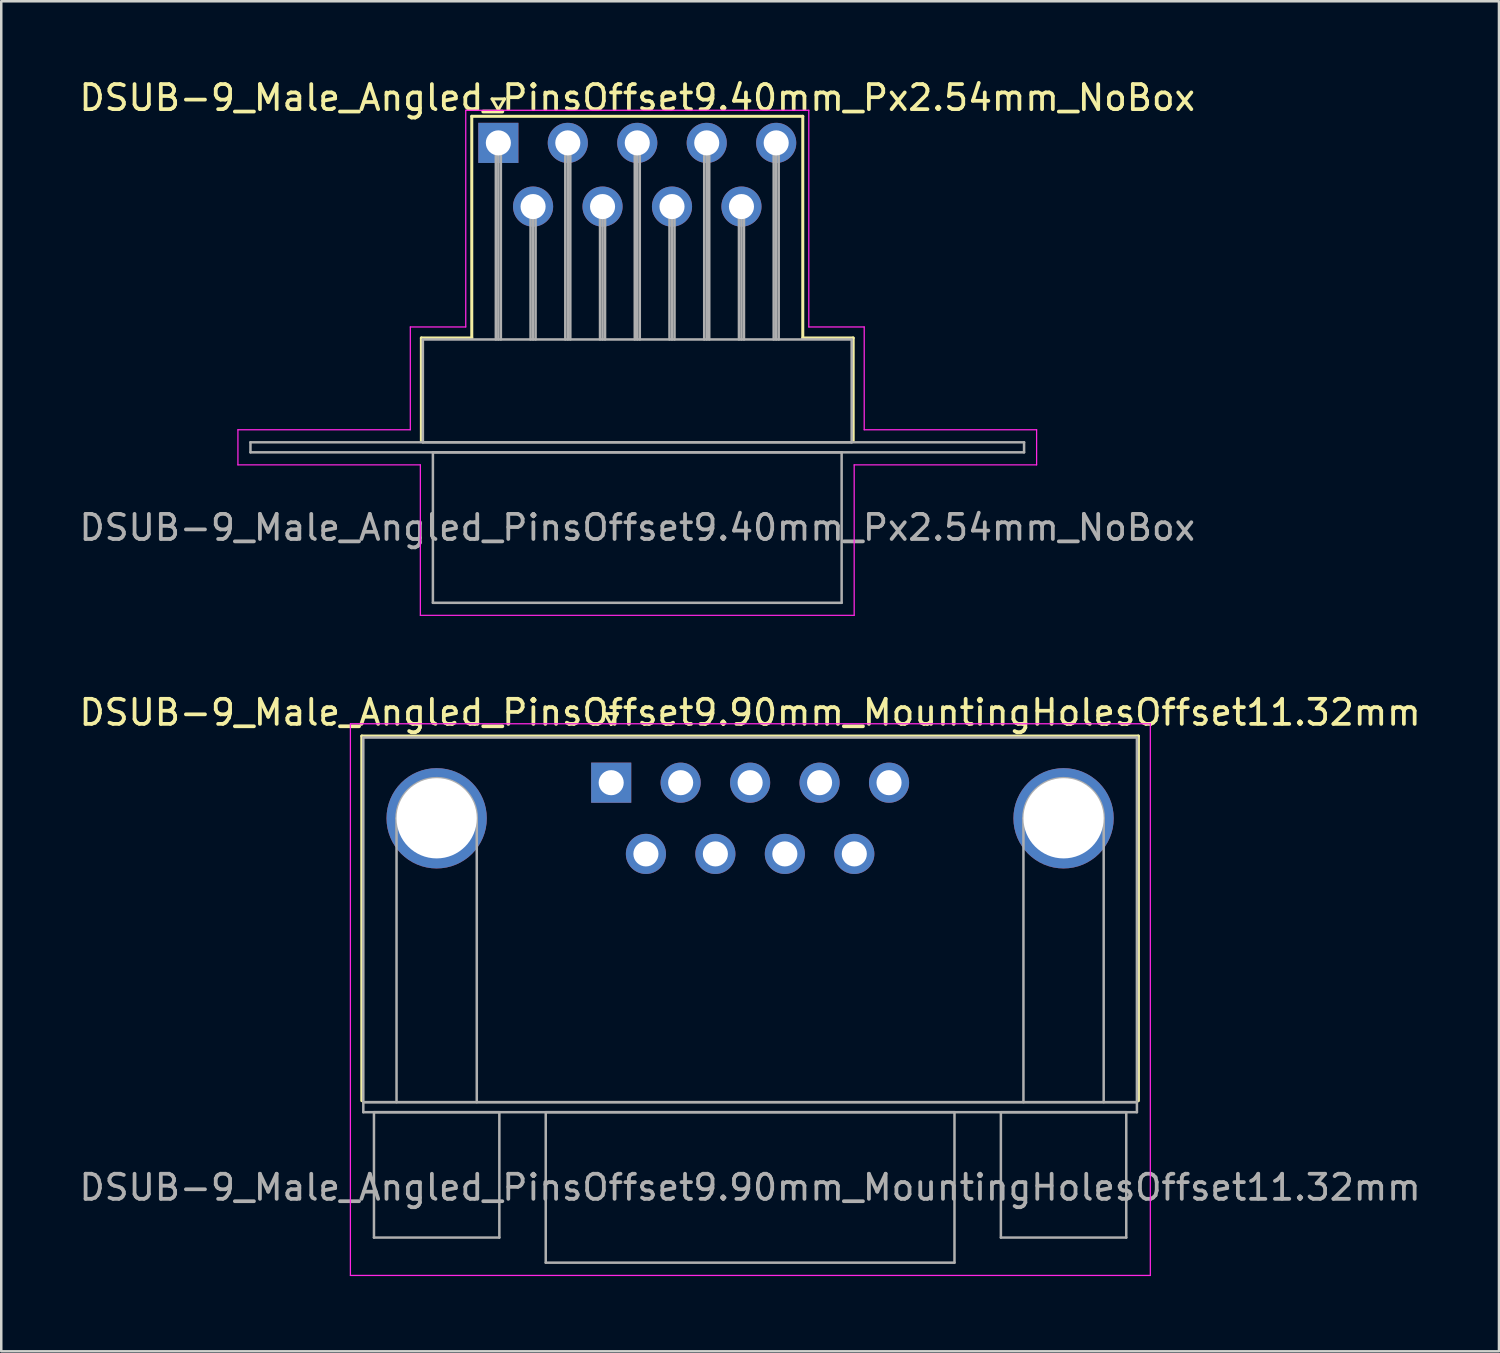
<source format=kicad_pcb>
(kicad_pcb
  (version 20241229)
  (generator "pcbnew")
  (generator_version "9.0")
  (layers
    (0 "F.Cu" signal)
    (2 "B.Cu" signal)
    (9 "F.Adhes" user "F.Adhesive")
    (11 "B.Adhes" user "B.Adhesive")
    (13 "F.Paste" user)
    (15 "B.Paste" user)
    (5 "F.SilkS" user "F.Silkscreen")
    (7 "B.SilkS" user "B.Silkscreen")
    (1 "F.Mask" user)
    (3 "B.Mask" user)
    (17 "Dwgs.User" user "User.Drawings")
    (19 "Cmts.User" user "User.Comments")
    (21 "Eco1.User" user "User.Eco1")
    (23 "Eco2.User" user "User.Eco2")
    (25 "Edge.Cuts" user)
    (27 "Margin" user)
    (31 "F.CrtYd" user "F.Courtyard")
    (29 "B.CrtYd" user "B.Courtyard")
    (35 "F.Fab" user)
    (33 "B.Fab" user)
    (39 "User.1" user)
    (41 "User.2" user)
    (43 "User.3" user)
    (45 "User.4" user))
  (footprint "DSUB-9_Male_Angled_PinsOffset9.90mm_MountingHolesOffset11.32mm"
    (layer "F.Cu")
    (at 21.323 28.162)
    (property "Reference" "DSUB-9_Male_Angled_PinsOffset9.90mm_MountingHolesOffset11.32mm" (at 5.54 -2.8 0) (layer "F.SilkS") (effects (font (size 1 1) (thickness 0.15))))
    (attr through_hole)
    (fp_line (start -9.945 -1.86) (end 21.025 -1.86) (stroke (width 0.12) (type solid)) (layer "F.SilkS"))
    (fp_line (start -9.945 12.68) (end -9.945 -1.86) (stroke (width 0.12) (type solid)) (layer "F.SilkS"))
    (fp_line (start -0.25 -2.754) (end 0.25 -2.754) (stroke (width 0.12) (type solid)) (layer "F.SilkS"))
    (fp_line (start 0 -2.321) (end -0.25 -2.754) (stroke (width 0.12) (type solid)) (layer "F.SilkS"))
    (fp_line (start 0.25 -2.754) (end 0 -2.321) (stroke (width 0.12) (type solid)) (layer "F.SilkS"))
    (fp_line (start 21.025 -1.86) (end 21.025 12.68) (stroke (width 0.12) (type solid)) (layer "F.SilkS"))
    (fp_line (start -10.4 -2.35) (end -10.4 19.65) (stroke (width 0.05) (type solid)) (layer "F.CrtYd"))
    (fp_line (start -10.4 19.65) (end 21.5 19.65) (stroke (width 0.05) (type solid)) (layer "F.CrtYd"))
    (fp_line (start 21.5 -2.35) (end -10.4 -2.35) (stroke (width 0.05) (type solid)) (layer "F.CrtYd"))
    (fp_line (start 21.5 19.65) (end 21.5 -2.35) (stroke (width 0.05) (type solid)) (layer "F.CrtYd"))
    (fp_line (start -9.885 -1.8) (end -9.885 12.74) (stroke (width 0.1) (type solid)) (layer "F.Fab"))
    (fp_line (start -9.885 12.74) (end -9.885 13.14) (stroke (width 0.1) (type solid)) (layer "F.Fab"))
    (fp_line (start -9.885 12.74) (end 20.965 12.74) (stroke (width 0.1) (type solid)) (layer "F.Fab"))
    (fp_line (start -9.885 13.14) (end 20.965 13.14) (stroke (width 0.1) (type solid)) (layer "F.Fab"))
    (fp_line (start -9.46 13.14) (end -9.46 18.14) (stroke (width 0.1) (type solid)) (layer "F.Fab"))
    (fp_line (start -9.46 18.14) (end -4.46 18.14) (stroke (width 0.1) (type solid)) (layer "F.Fab"))
    (fp_line (start -8.56 12.74) (end -8.56 1.42) (stroke (width 0.1) (type solid)) (layer "F.Fab"))
    (fp_line (start -5.36 12.74) (end -5.36 1.42) (stroke (width 0.1) (type solid)) (layer "F.Fab"))
    (fp_line (start -4.46 13.14) (end -9.46 13.14) (stroke (width 0.1) (type solid)) (layer "F.Fab"))
    (fp_line (start -4.46 18.14) (end -4.46 13.14) (stroke (width 0.1) (type solid)) (layer "F.Fab"))
    (fp_line (start -2.61 13.14) (end -2.61 19.14) (stroke (width 0.1) (type solid)) (layer "F.Fab"))
    (fp_line (start -2.61 19.14) (end 13.69 19.14) (stroke (width 0.1) (type solid)) (layer "F.Fab"))
    (fp_line (start 13.69 13.14) (end -2.61 13.14) (stroke (width 0.1) (type solid)) (layer "F.Fab"))
    (fp_line (start 13.69 19.14) (end 13.69 13.14) (stroke (width 0.1) (type solid)) (layer "F.Fab"))
    (fp_line (start 15.54 13.14) (end 15.54 18.14) (stroke (width 0.1) (type solid)) (layer "F.Fab"))
    (fp_line (start 15.54 18.14) (end 20.54 18.14) (stroke (width 0.1) (type solid)) (layer "F.Fab"))
    (fp_line (start 16.44 12.74) (end 16.44 1.42) (stroke (width 0.1) (type solid)) (layer "F.Fab"))
    (fp_line (start 19.64 12.74) (end 19.64 1.42) (stroke (width 0.1) (type solid)) (layer "F.Fab"))
    (fp_line (start 20.54 13.14) (end 15.54 13.14) (stroke (width 0.1) (type solid)) (layer "F.Fab"))
    (fp_line (start 20.54 18.14) (end 20.54 13.14) (stroke (width 0.1) (type solid)) (layer "F.Fab"))
    (fp_line (start 20.965 -1.8) (end -9.885 -1.8) (stroke (width 0.1) (type solid)) (layer "F.Fab"))
    (fp_line (start 20.965 12.74) (end -9.885 12.74) (stroke (width 0.1) (type solid)) (layer "F.Fab"))
    (fp_line (start 20.965 12.74) (end 20.965 -1.8) (stroke (width 0.1) (type solid)) (layer "F.Fab"))
    (fp_line (start 20.965 13.14) (end 20.965 12.74) (stroke (width 0.1) (type solid)) (layer "F.Fab"))
    (fp_arc (start -8.56 1.42) (mid -6.96 -0.18) (end -5.36 1.42) (stroke (width 0.1) (type solid)) (layer "F.Fab"))
    (fp_arc (start 16.44 1.42) (mid 18.04 -0.18) (end 19.64 1.42) (stroke (width 0.1) (type solid)) (layer "F.Fab"))
    (fp_text user "${REFERENCE}" (at 5.54 16.14 0) (layer "F.Fab") (effects (font (size 1 1) (thickness 0.15))))
    (pad "0" thru_hole circle (at -6.96 1.42) (size 4 4) (drill 3.2) (layers "*.Cu" "*.Mask"))
    (pad "0" thru_hole circle (at 18.04 1.42) (size 4 4) (drill 3.2) (layers "*.Cu" "*.Mask"))
    (pad "1" thru_hole rect (at 0 0) (size 1.6 1.6) (drill 1) (layers "*.Cu" "*.Mask"))
    (pad "2" thru_hole circle (at 2.77 0) (size 1.6 1.6) (drill 1) (layers "*.Cu" "*.Mask"))
    (pad "3" thru_hole circle (at 5.54 0) (size 1.6 1.6) (drill 1) (layers "*.Cu" "*.Mask"))
    (pad "4" thru_hole circle (at 8.31 0) (size 1.6 1.6) (drill 1) (layers "*.Cu" "*.Mask"))
    (pad "5" thru_hole circle (at 11.08 0) (size 1.6 1.6) (drill 1) (layers "*.Cu" "*.Mask"))
    (pad "6" thru_hole circle (at 1.385 2.84) (size 1.6 1.6) (drill 1) (layers "*.Cu" "*.Mask"))
    (pad "7" thru_hole circle (at 4.155 2.84) (size 1.6 1.6) (drill 1) (layers "*.Cu" "*.Mask"))
    (pad "8" thru_hole circle (at 6.925 2.84) (size 1.6 1.6) (drill 1) (layers "*.Cu" "*.Mask"))
    (pad "9" thru_hole circle (at 9.695 2.84) (size 1.6 1.6) (drill 1) (layers "*.Cu" "*.Mask")))
  (footprint "DSUB-9_Male_Angled_PinsOffset9.40mm_Px2.54mm_NoBox"
    (layer "F.Cu")
    (at 16.823 2.648)
    (property "Reference" "DSUB-9_Male_Angled_PinsOffset9.40mm_Px2.54mm_NoBox" (at 5.54 -1.8 0) (layer "F.SilkS") (effects (font (size 1 1) (thickness 0.15))))
    (attr through_hole)
    (fp_line (start -3.07 7.78) (end -1.06 7.78) (stroke (width 0.12) (type solid)) (layer "F.SilkS"))
    (fp_line (start -3.07 11.88) (end -3.07 7.78) (stroke (width 0.12) (type solid)) (layer "F.SilkS"))
    (fp_line (start -1.06 -1.06) (end 12.14 -1.06) (stroke (width 0.12) (type solid)) (layer "F.SilkS"))
    (fp_line (start -1.06 7.78) (end -1.06 -1.06) (stroke (width 0.12) (type solid)) (layer "F.SilkS"))
    (fp_line (start -0.25 -1.754) (end 0.25 -1.754) (stroke (width 0.12) (type solid)) (layer "F.SilkS"))
    (fp_line (start 0 -1.321) (end -0.25 -1.754) (stroke (width 0.12) (type solid)) (layer "F.SilkS"))
    (fp_line (start 0.25 -1.754) (end 0 -1.321) (stroke (width 0.12) (type solid)) (layer "F.SilkS"))
    (fp_line (start 12.14 -1.06) (end 12.14 7.78) (stroke (width 0.12) (type solid)) (layer "F.SilkS"))
    (fp_line (start 12.14 7.78) (end 14.15 7.78) (stroke (width 0.12) (type solid)) (layer "F.SilkS"))
    (fp_line (start 14.15 7.78) (end 14.15 11.88) (stroke (width 0.12) (type solid)) (layer "F.SilkS"))
    (fp_line (start -10.385 11.44) (end -3.51 11.44) (stroke (width 0.05) (type solid)) (layer "F.CrtYd"))
    (fp_line (start -10.385 12.84) (end -10.385 11.44) (stroke (width 0.05) (type solid)) (layer "F.CrtYd"))
    (fp_line (start -3.51 7.34) (end -1.3 7.34) (stroke (width 0.05) (type solid)) (layer "F.CrtYd"))
    (fp_line (start -3.51 11.44) (end -3.51 7.34) (stroke (width 0.05) (type solid)) (layer "F.CrtYd"))
    (fp_line (start -3.11 12.84) (end -10.385 12.84) (stroke (width 0.05) (type solid)) (layer "F.CrtYd"))
    (fp_line (start -3.11 18.84) (end -3.11 12.84) (stroke (width 0.05) (type solid)) (layer "F.CrtYd"))
    (fp_line (start -1.3 -1.3) (end 12.38 -1.3) (stroke (width 0.05) (type solid)) (layer "F.CrtYd"))
    (fp_line (start -1.3 7.34) (end -1.3 -1.3) (stroke (width 0.05) (type solid)) (layer "F.CrtYd"))
    (fp_line (start 12.38 -1.3) (end 12.38 7.34) (stroke (width 0.05) (type solid)) (layer "F.CrtYd"))
    (fp_line (start 12.38 7.34) (end 14.59 7.34) (stroke (width 0.05) (type solid)) (layer "F.CrtYd"))
    (fp_line (start 14.19 12.84) (end 14.19 18.84) (stroke (width 0.05) (type solid)) (layer "F.CrtYd"))
    (fp_line (start 14.19 18.84) (end -3.11 18.84) (stroke (width 0.05) (type solid)) (layer "F.CrtYd"))
    (fp_line (start 14.59 7.34) (end 14.59 11.44) (stroke (width 0.05) (type solid)) (layer "F.CrtYd"))
    (fp_line (start 14.59 11.44) (end 21.465 11.44) (stroke (width 0.05) (type solid)) (layer "F.CrtYd"))
    (fp_line (start 21.465 11.44) (end 21.465 12.84) (stroke (width 0.05) (type solid)) (layer "F.CrtYd"))
    (fp_line (start 21.465 12.84) (end 14.19 12.84) (stroke (width 0.05) (type solid)) (layer "F.CrtYd"))
    (fp_line (start -9.885 11.94) (end -9.885 12.34) (stroke (width 0.1) (type solid)) (layer "F.Fab"))
    (fp_line (start -9.885 12.34) (end 20.965 12.34) (stroke (width 0.1) (type solid)) (layer "F.Fab"))
    (fp_line (start -3.01 7.84) (end -3.01 11.94) (stroke (width 0.1) (type solid)) (layer "F.Fab"))
    (fp_line (start -3.01 11.94) (end 14.09 11.94) (stroke (width 0.1) (type solid)) (layer "F.Fab"))
    (fp_line (start -2.61 12.34) (end -2.61 18.34) (stroke (width 0.1) (type solid)) (layer "F.Fab"))
    (fp_line (start -2.61 18.34) (end 13.69 18.34) (stroke (width 0.1) (type solid)) (layer "F.Fab"))
    (fp_line (start -0.1 0) (end -0.1 7.84) (stroke (width 0.1) (type solid)) (layer "F.Fab"))
    (fp_line (start 0 0) (end 0 7.84) (stroke (width 0.1) (type solid)) (layer "F.Fab"))
    (fp_line (start 0.1 0) (end 0.1 7.84) (stroke (width 0.1) (type solid)) (layer "F.Fab"))
    (fp_line (start 1.285 2.54) (end 1.285 7.84) (stroke (width 0.1) (type solid)) (layer "F.Fab"))
    (fp_line (start 1.385 2.54) (end 1.385 7.84) (stroke (width 0.1) (type solid)) (layer "F.Fab"))
    (fp_line (start 1.485 2.54) (end 1.485 7.84) (stroke (width 0.1) (type solid)) (layer "F.Fab"))
    (fp_line (start 2.67 0) (end 2.67 7.84) (stroke (width 0.1) (type solid)) (layer "F.Fab"))
    (fp_line (start 2.77 0) (end 2.77 7.84) (stroke (width 0.1) (type solid)) (layer "F.Fab"))
    (fp_line (start 2.87 0) (end 2.87 7.84) (stroke (width 0.1) (type solid)) (layer "F.Fab"))
    (fp_line (start 4.055 2.54) (end 4.055 7.84) (stroke (width 0.1) (type solid)) (layer "F.Fab"))
    (fp_line (start 4.155 2.54) (end 4.155 7.84) (stroke (width 0.1) (type solid)) (layer "F.Fab"))
    (fp_line (start 4.255 2.54) (end 4.255 7.84) (stroke (width 0.1) (type solid)) (layer "F.Fab"))
    (fp_line (start 5.44 0) (end 5.44 7.84) (stroke (width 0.1) (type solid)) (layer "F.Fab"))
    (fp_line (start 5.54 0) (end 5.54 7.84) (stroke (width 0.1) (type solid)) (layer "F.Fab"))
    (fp_line (start 5.64 0) (end 5.64 7.84) (stroke (width 0.1) (type solid)) (layer "F.Fab"))
    (fp_line (start 6.825 2.54) (end 6.825 7.84) (stroke (width 0.1) (type solid)) (layer "F.Fab"))
    (fp_line (start 6.925 2.54) (end 6.925 7.84) (stroke (width 0.1) (type solid)) (layer "F.Fab"))
    (fp_line (start 7.025 2.54) (end 7.025 7.84) (stroke (width 0.1) (type solid)) (layer "F.Fab"))
    (fp_line (start 8.21 0) (end 8.21 7.84) (stroke (width 0.1) (type solid)) (layer "F.Fab"))
    (fp_line (start 8.31 0) (end 8.31 7.84) (stroke (width 0.1) (type solid)) (layer "F.Fab"))
    (fp_line (start 8.41 0) (end 8.41 7.84) (stroke (width 0.1) (type solid)) (layer "F.Fab"))
    (fp_line (start 9.595 2.54) (end 9.595 7.84) (stroke (width 0.1) (type solid)) (layer "F.Fab"))
    (fp_line (start 9.695 2.54) (end 9.695 7.84) (stroke (width 0.1) (type solid)) (layer "F.Fab"))
    (fp_line (start 9.795 2.54) (end 9.795 7.84) (stroke (width 0.1) (type solid)) (layer "F.Fab"))
    (fp_line (start 10.98 0) (end 10.98 7.84) (stroke (width 0.1) (type solid)) (layer "F.Fab"))
    (fp_line (start 11.08 0) (end 11.08 7.84) (stroke (width 0.1) (type solid)) (layer "F.Fab"))
    (fp_line (start 11.18 0) (end 11.18 7.84) (stroke (width 0.1) (type solid)) (layer "F.Fab"))
    (fp_line (start 13.69 12.34) (end -2.61 12.34) (stroke (width 0.1) (type solid)) (layer "F.Fab"))
    (fp_line (start 13.69 18.34) (end 13.69 12.34) (stroke (width 0.1) (type solid)) (layer "F.Fab"))
    (fp_line (start 14.09 7.84) (end -3.01 7.84) (stroke (width 0.1) (type solid)) (layer "F.Fab"))
    (fp_line (start 14.09 11.94) (end 14.09 7.84) (stroke (width 0.1) (type solid)) (layer "F.Fab"))
    (fp_line (start 20.965 11.94) (end -9.885 11.94) (stroke (width 0.1) (type solid)) (layer "F.Fab"))
    (fp_line (start 20.965 12.34) (end 20.965 11.94) (stroke (width 0.1) (type solid)) (layer "F.Fab"))
    (fp_text user "${REFERENCE}" (at 5.54 15.34 0) (layer "F.Fab") (effects (font (size 1 1) (thickness 0.15))))
    (pad "1" thru_hole rect (at 0 0) (size 1.6 1.6) (drill 1) (layers "*.Cu" "*.Mask"))
    (pad "2" thru_hole circle (at 2.77 0) (size 1.6 1.6) (drill 1) (layers "*.Cu" "*.Mask"))
    (pad "3" thru_hole circle (at 5.54 0) (size 1.6 1.6) (drill 1) (layers "*.Cu" "*.Mask"))
    (pad "4" thru_hole circle (at 8.31 0) (size 1.6 1.6) (drill 1) (layers "*.Cu" "*.Mask"))
    (pad "5" thru_hole circle (at 11.08 0) (size 1.6 1.6) (drill 1) (layers "*.Cu" "*.Mask"))
    (pad "6" thru_hole circle (at 1.385 2.54) (size 1.6 1.6) (drill 1) (layers "*.Cu" "*.Mask"))
    (pad "7" thru_hole circle (at 4.155 2.54) (size 1.6 1.6) (drill 1) (layers "*.Cu" "*.Mask"))
    (pad "8" thru_hole circle (at 6.925 2.54) (size 1.6 1.6) (drill 1) (layers "*.Cu" "*.Mask"))
    (pad "9" thru_hole circle (at 9.695 2.54) (size 1.6 1.6) (drill 1) (layers "*.Cu" "*.Mask")))
  (gr_rect
    (start -3 -3)
    (end 56.726 50.837)
    (stroke (width 0.1) (type default))
    (fill no)
    (layer "Edge.Cuts")))
</source>
